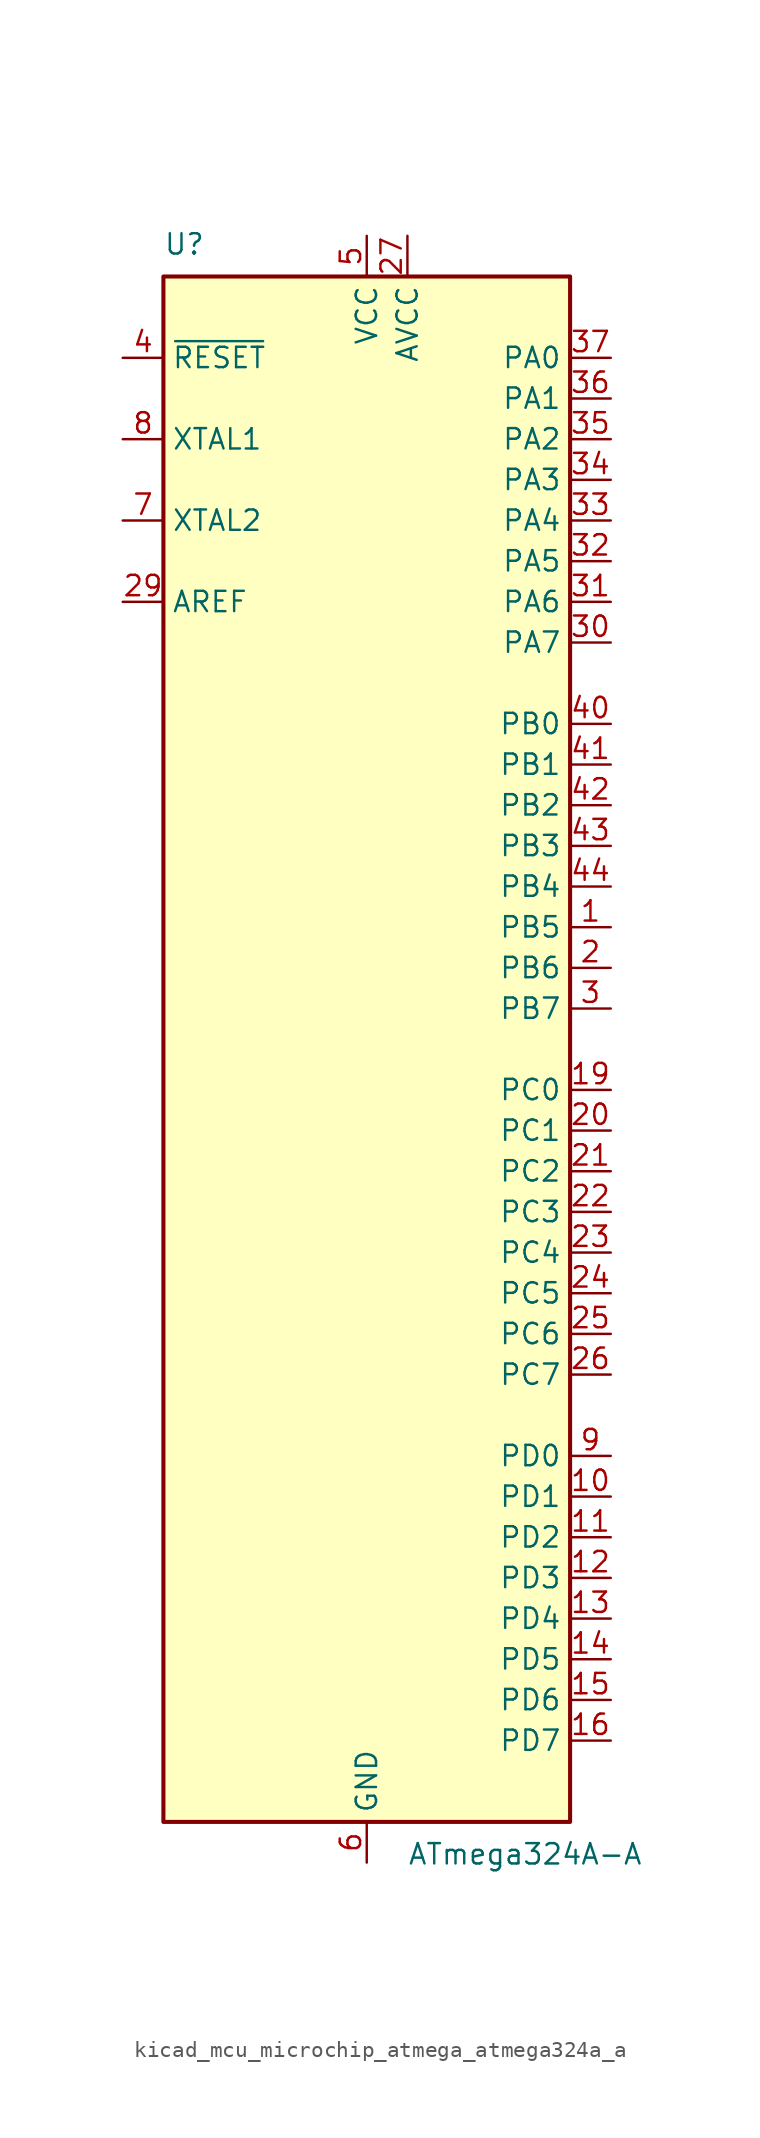
<source format=kicad_sym>
(kicad_symbol_lib
  (version 20220914)
  (generator kicad_symbol_editor)
  (symbol "kicad_mcu_microchip_atmega_atmega324a_a"
    (property "Reference" "U"
      (at -12.7 49.53 0)
      (effects (font (size 1.27 1.27)) (justify left bottom)))
    (property "Value" "ATmega324A-A"
      (at 2.54 -49.53 0)
      (effects (font (size 1.27 1.27)) (justify left top)))
    (symbol "kicad_mcu_microchip_atmega_atmega324a_a_0_1"
      (rectangle (start -12.7 -48.26) (end 12.7 48.26) (stroke (width 0.254) (type default)) (fill (type background))))
    (symbol "kicad_mcu_microchip_atmega_atmega324a_a_1_1"
      (pin bidirectional line (at 15.24 7.62 180) (length 2.54) (name "PB5" (effects (font (size 1.27 1.27)))) (number "1" (effects (font (size 1.27 1.27)))))
      (pin bidirectional line (at 15.24 -27.94 180) (length 2.54) (name "PD1" (effects (font (size 1.27 1.27)))) (number "10" (effects (font (size 1.27 1.27)))))
      (pin bidirectional line (at 15.24 -30.48 180) (length 2.54) (name "PD2" (effects (font (size 1.27 1.27)))) (number "11" (effects (font (size 1.27 1.27)))))
      (pin bidirectional line (at 15.24 -33.02 180) (length 2.54) (name "PD3" (effects (font (size 1.27 1.27)))) (number "12" (effects (font (size 1.27 1.27)))))
      (pin bidirectional line (at 15.24 -35.56 180) (length 2.54) (name "PD4" (effects (font (size 1.27 1.27)))) (number "13" (effects (font (size 1.27 1.27)))))
      (pin bidirectional line (at 15.24 -38.1 180) (length 2.54) (name "PD5" (effects (font (size 1.27 1.27)))) (number "14" (effects (font (size 1.27 1.27)))))
      (pin bidirectional line (at 15.24 -40.64 180) (length 2.54) (name "PD6" (effects (font (size 1.27 1.27)))) (number "15" (effects (font (size 1.27 1.27)))))
      (pin bidirectional line (at 15.24 -43.18 180) (length 2.54) (name "PD7" (effects (font (size 1.27 1.27)))) (number "16" (effects (font (size 1.27 1.27)))))
      (pin passive line (at 0 50.8 270) (length 2.54) hide (name "VCC" (effects (font (size 1.27 1.27)))) (number "17" (effects (font (size 1.27 1.27)))))
      (pin passive line (at 0 -50.8 90) (length 2.54) hide (name "GND" (effects (font (size 1.27 1.27)))) (number "18" (effects (font (size 1.27 1.27)))))
      (pin bidirectional line (at 15.24 -2.54 180) (length 2.54) (name "PC0" (effects (font (size 1.27 1.27)))) (number "19" (effects (font (size 1.27 1.27)))))
      (pin bidirectional line (at 15.24 5.08 180) (length 2.54) (name "PB6" (effects (font (size 1.27 1.27)))) (number "2" (effects (font (size 1.27 1.27)))))
      (pin bidirectional line (at 15.24 -5.08 180) (length 2.54) (name "PC1" (effects (font (size 1.27 1.27)))) (number "20" (effects (font (size 1.27 1.27)))))
      (pin bidirectional line (at 15.24 -7.62 180) (length 2.54) (name "PC2" (effects (font (size 1.27 1.27)))) (number "21" (effects (font (size 1.27 1.27)))))
      (pin bidirectional line (at 15.24 -10.16 180) (length 2.54) (name "PC3" (effects (font (size 1.27 1.27)))) (number "22" (effects (font (size 1.27 1.27)))))
      (pin bidirectional line (at 15.24 -12.7 180) (length 2.54) (name "PC4" (effects (font (size 1.27 1.27)))) (number "23" (effects (font (size 1.27 1.27)))))
      (pin bidirectional line (at 15.24 -15.24 180) (length 2.54) (name "PC5" (effects (font (size 1.27 1.27)))) (number "24" (effects (font (size 1.27 1.27)))))
      (pin bidirectional line (at 15.24 -17.78 180) (length 2.54) (name "PC6" (effects (font (size 1.27 1.27)))) (number "25" (effects (font (size 1.27 1.27)))))
      (pin bidirectional line (at 15.24 -20.32 180) (length 2.54) (name "PC7" (effects (font (size 1.27 1.27)))) (number "26" (effects (font (size 1.27 1.27)))))
      (pin power_in line (at 2.54 50.8 270) (length 2.54) (name "AVCC" (effects (font (size 1.27 1.27)))) (number "27" (effects (font (size 1.27 1.27)))))
      (pin passive line (at 0 -50.8 90) (length 2.54) hide (name "GND" (effects (font (size 1.27 1.27)))) (number "28" (effects (font (size 1.27 1.27)))))
      (pin passive line (at -15.24 27.94 0) (length 2.54) (name "AREF" (effects (font (size 1.27 1.27)))) (number "29" (effects (font (size 1.27 1.27)))))
      (pin bidirectional line (at 15.24 2.54 180) (length 2.54) (name "PB7" (effects (font (size 1.27 1.27)))) (number "3" (effects (font (size 1.27 1.27)))))
      (pin bidirectional line (at 15.24 25.4 180) (length 2.54) (name "PA7" (effects (font (size 1.27 1.27)))) (number "30" (effects (font (size 1.27 1.27)))))
      (pin bidirectional line (at 15.24 27.94 180) (length 2.54) (name "PA6" (effects (font (size 1.27 1.27)))) (number "31" (effects (font (size 1.27 1.27)))))
      (pin bidirectional line (at 15.24 30.48 180) (length 2.54) (name "PA5" (effects (font (size 1.27 1.27)))) (number "32" (effects (font (size 1.27 1.27)))))
      (pin bidirectional line (at 15.24 33.02 180) (length 2.54) (name "PA4" (effects (font (size 1.27 1.27)))) (number "33" (effects (font (size 1.27 1.27)))))
      (pin bidirectional line (at 15.24 35.56 180) (length 2.54) (name "PA3" (effects (font (size 1.27 1.27)))) (number "34" (effects (font (size 1.27 1.27)))))
      (pin bidirectional line (at 15.24 38.1 180) (length 2.54) (name "PA2" (effects (font (size 1.27 1.27)))) (number "35" (effects (font (size 1.27 1.27)))))
      (pin bidirectional line (at 15.24 40.64 180) (length 2.54) (name "PA1" (effects (font (size 1.27 1.27)))) (number "36" (effects (font (size 1.27 1.27)))))
      (pin bidirectional line (at 15.24 43.18 180) (length 2.54) (name "PA0" (effects (font (size 1.27 1.27)))) (number "37" (effects (font (size 1.27 1.27)))))
      (pin passive line (at 0 50.8 270) (length 2.54) hide (name "VCC" (effects (font (size 1.27 1.27)))) (number "38" (effects (font (size 1.27 1.27)))))
      (pin passive line (at 0 -50.8 90) (length 2.54) hide (name "GND" (effects (font (size 1.27 1.27)))) (number "39" (effects (font (size 1.27 1.27)))))
      (pin input line (at -15.24 43.18 0) (length 2.54) (name "~{RESET}" (effects (font (size 1.27 1.27)))) (number "4" (effects (font (size 1.27 1.27)))))
      (pin bidirectional line (at 15.24 20.32 180) (length 2.54) (name "PB0" (effects (font (size 1.27 1.27)))) (number "40" (effects (font (size 1.27 1.27)))))
      (pin bidirectional line (at 15.24 17.78 180) (length 2.54) (name "PB1" (effects (font (size 1.27 1.27)))) (number "41" (effects (font (size 1.27 1.27)))))
      (pin bidirectional line (at 15.24 15.24 180) (length 2.54) (name "PB2" (effects (font (size 1.27 1.27)))) (number "42" (effects (font (size 1.27 1.27)))))
      (pin bidirectional line (at 15.24 12.7 180) (length 2.54) (name "PB3" (effects (font (size 1.27 1.27)))) (number "43" (effects (font (size 1.27 1.27)))))
      (pin bidirectional line (at 15.24 10.16 180) (length 2.54) (name "PB4" (effects (font (size 1.27 1.27)))) (number "44" (effects (font (size 1.27 1.27)))))
      (pin power_in line (at 0 50.8 270) (length 2.54) (name "VCC" (effects (font (size 1.27 1.27)))) (number "5" (effects (font (size 1.27 1.27)))))
      (pin power_in line (at 0 -50.8 90) (length 2.54) (name "GND" (effects (font (size 1.27 1.27)))) (number "6" (effects (font (size 1.27 1.27)))))
      (pin output line (at -15.24 33.02 0) (length 2.54) (name "XTAL2" (effects (font (size 1.27 1.27)))) (number "7" (effects (font (size 1.27 1.27)))))
      (pin input line (at -15.24 38.1 0) (length 2.54) (name "XTAL1" (effects (font (size 1.27 1.27)))) (number "8" (effects (font (size 1.27 1.27)))))
      (pin bidirectional line (at 15.24 -25.4 180) (length 2.54) (name "PD0" (effects (font (size 1.27 1.27)))) (number "9" (effects (font (size 1.27 1.27))))))))
</source>
